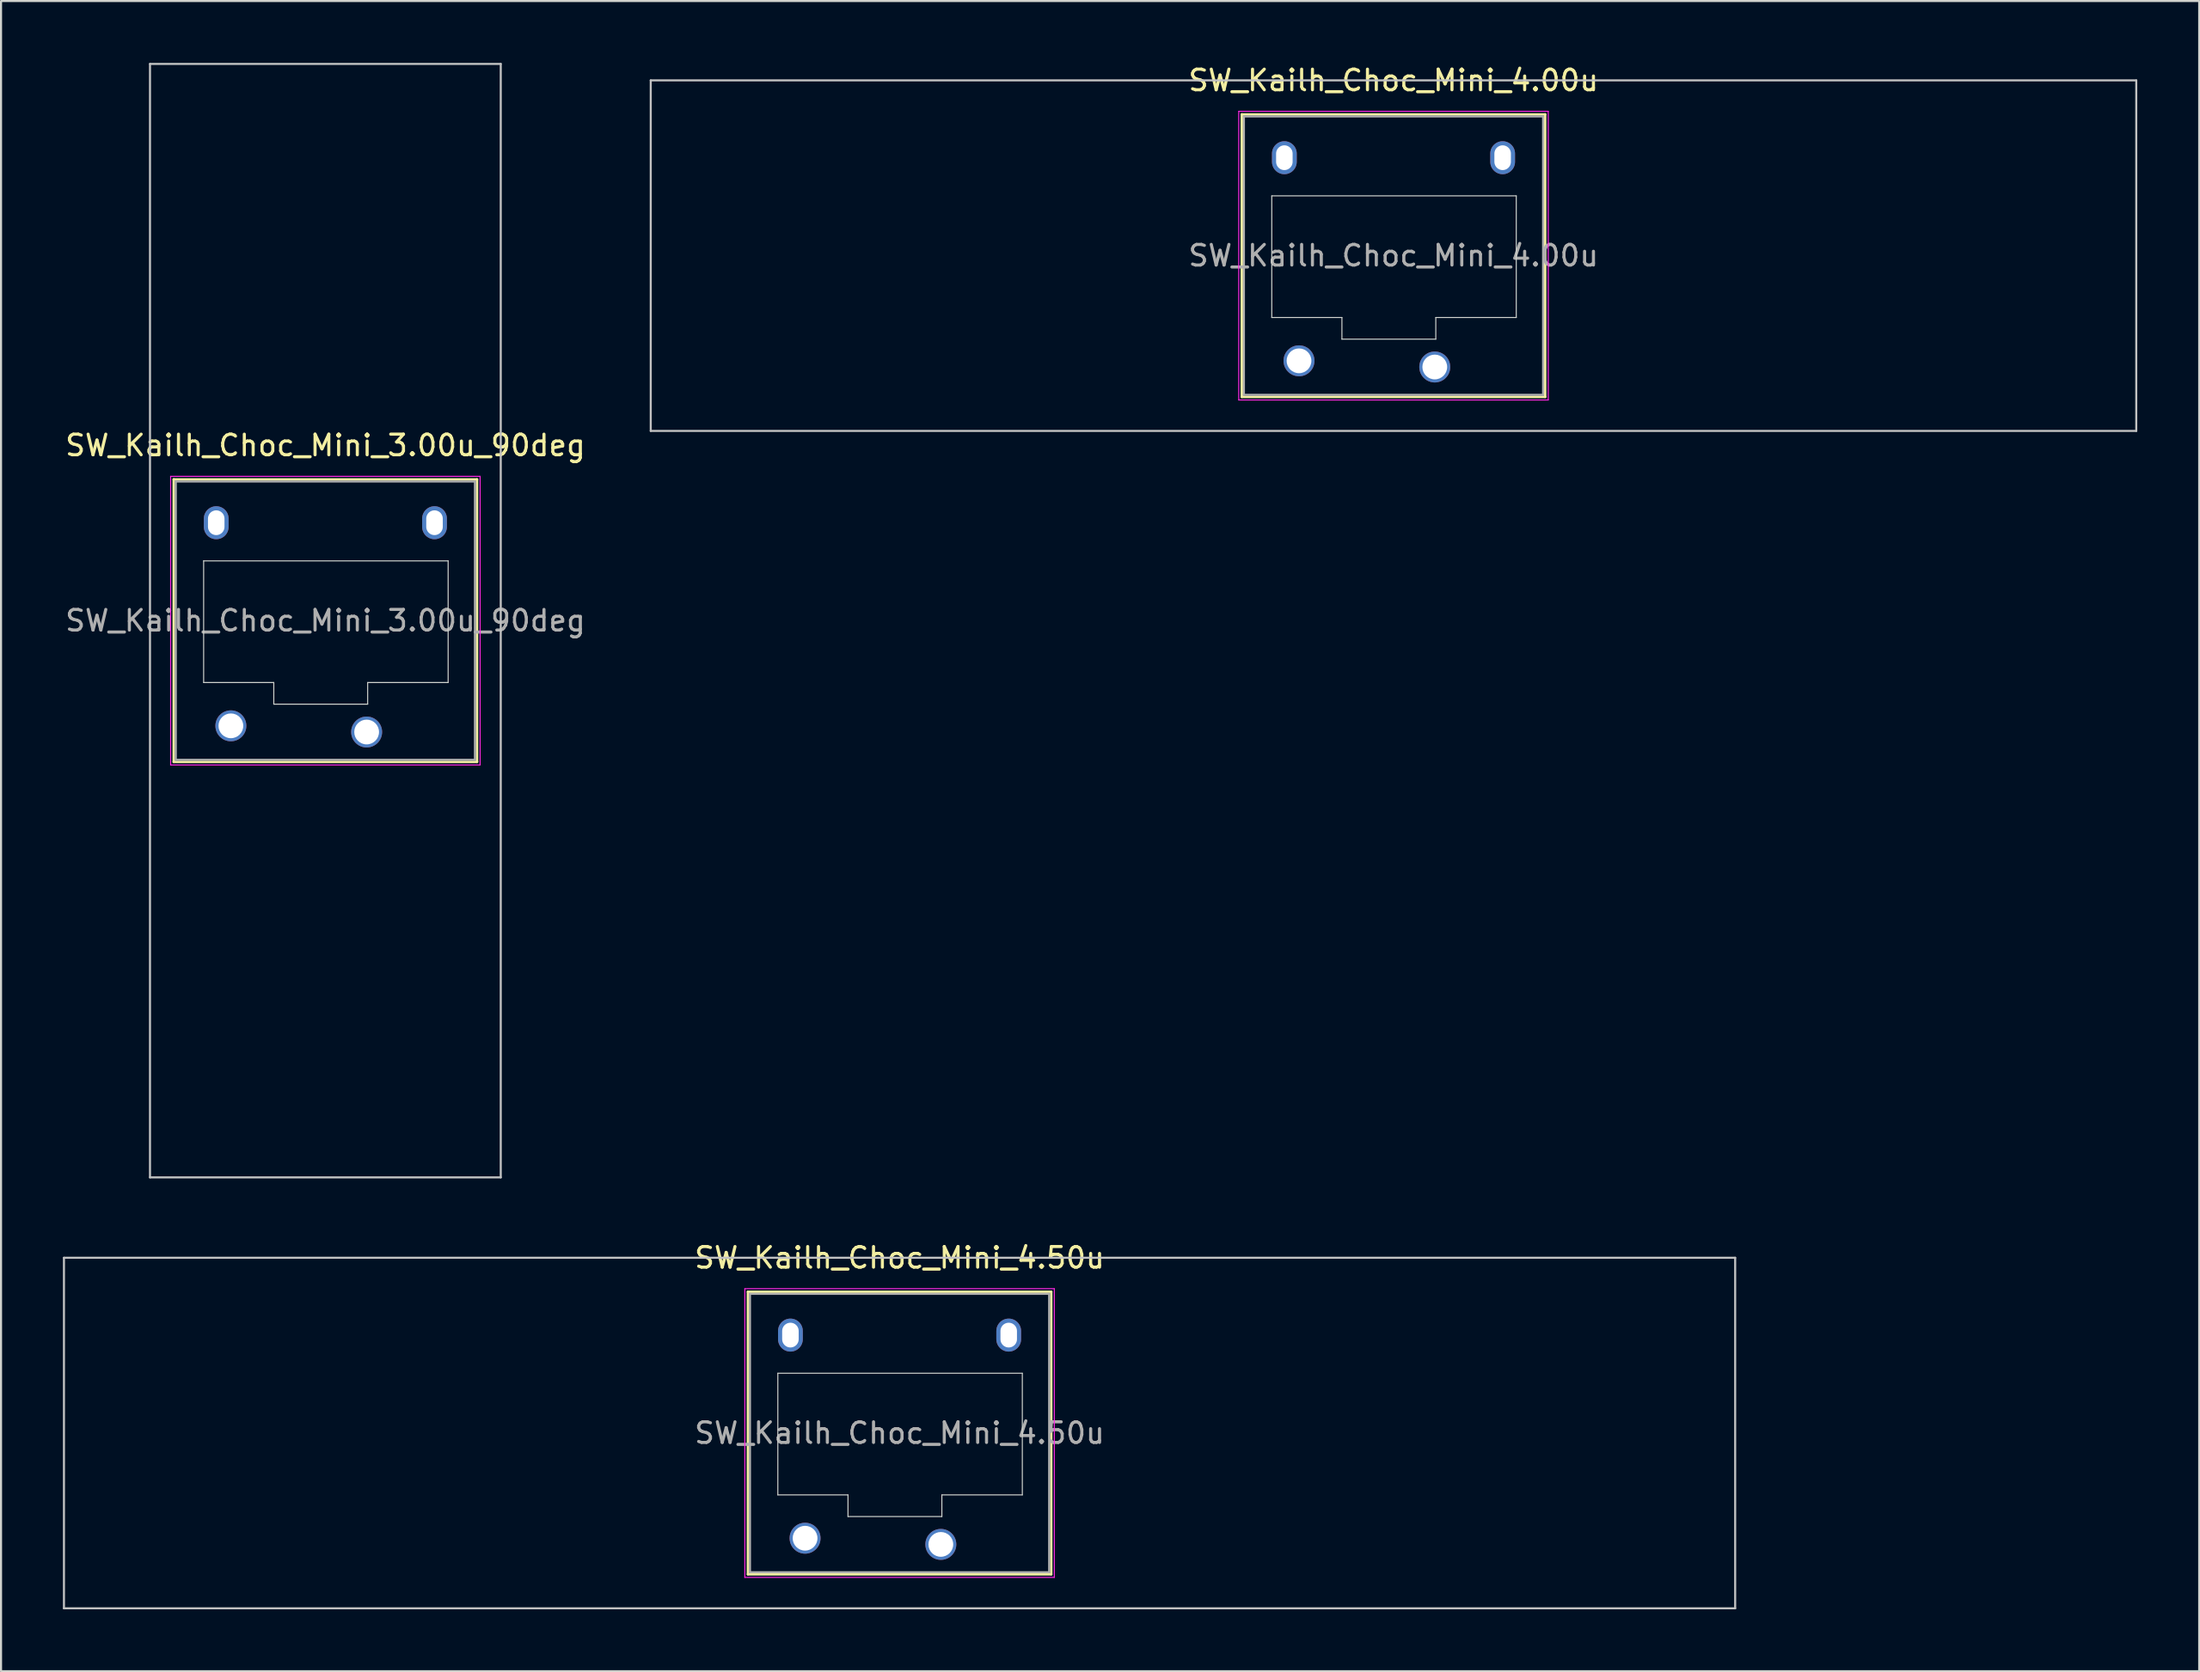
<source format=kicad_pcb>
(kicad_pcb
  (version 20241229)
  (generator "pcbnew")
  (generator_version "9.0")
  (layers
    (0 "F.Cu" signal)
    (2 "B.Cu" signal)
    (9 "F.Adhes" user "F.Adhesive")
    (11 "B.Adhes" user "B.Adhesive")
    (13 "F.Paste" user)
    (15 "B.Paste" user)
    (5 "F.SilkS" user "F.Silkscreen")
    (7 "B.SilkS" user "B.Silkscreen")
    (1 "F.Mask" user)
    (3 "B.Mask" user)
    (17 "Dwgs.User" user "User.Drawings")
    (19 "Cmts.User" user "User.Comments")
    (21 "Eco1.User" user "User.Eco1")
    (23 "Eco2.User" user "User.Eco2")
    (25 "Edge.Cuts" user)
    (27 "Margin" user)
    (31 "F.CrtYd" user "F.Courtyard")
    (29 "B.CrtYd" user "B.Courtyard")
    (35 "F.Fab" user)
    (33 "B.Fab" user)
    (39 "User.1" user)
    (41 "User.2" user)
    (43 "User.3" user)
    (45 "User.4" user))
  (footprint "SW_Kailh_Choc_Mini_3.00u_90deg"
    (layer "F.Cu")
    (at 12.72 27.05)
    (property "Reference" "SW_Kailh_Choc_Mini_3.00u_90deg" (at 0 -8.5 0) (layer "F.SilkS") (effects (font (size 1 1) (thickness 0.15))))
    (attr through_hole)
    (fp_line (start -7.35 -6.85) (end -7.35 6.85) (stroke (width 0.12) (type solid)) (layer "F.SilkS"))
    (fp_line (start -7.35 6.85) (end 7.35 6.85) (stroke (width 0.12) (type solid)) (layer "F.SilkS"))
    (fp_line (start 7.35 -6.85) (end -7.35 -6.85) (stroke (width 0.12) (type solid)) (layer "F.SilkS"))
    (fp_line (start 7.35 6.85) (end 7.35 -6.85) (stroke (width 0.12) (type solid)) (layer "F.SilkS"))
    (fp_line (start -8.5 -27) (end 8.5 -27) (stroke (width 0.1) (type solid)) (layer "Dwgs.User"))
    (fp_line (start -8.5 27) (end -8.5 -27) (stroke (width 0.1) (type solid)) (layer "Dwgs.User"))
    (fp_line (start 8.5 -27) (end 8.5 27) (stroke (width 0.1) (type solid)) (layer "Dwgs.User"))
    (fp_line (start 8.5 27) (end -8.5 27) (stroke (width 0.1) (type solid)) (layer "Dwgs.User"))
    (fp_line (start -6.85 -6.35) (end -6.85 6.35) (stroke (width 0.1) (type solid)) (layer "Eco1.User"))
    (fp_line (start -6.85 6.35) (end 6.85 6.35) (stroke (width 0.1) (type solid)) (layer "Eco1.User"))
    (fp_line (start 6.85 -6.35) (end -6.85 -6.35) (stroke (width 0.1) (type solid)) (layer "Eco1.User"))
    (fp_line (start 6.85 6.35) (end 6.85 -6.35) (stroke (width 0.1) (type solid)) (layer "Eco1.User"))
    (fp_line (start -5.9 -2.9) (end -5.9 3) (stroke (width 0.05) (type solid)) (layer "Edge.Cuts"))
    (fp_line (start -5.9 3) (end -2.5 3) (stroke (width 0.05) (type solid)) (layer "Edge.Cuts"))
    (fp_line (start -2.5 3) (end -2.5 4.05) (stroke (width 0.05) (type solid)) (layer "Edge.Cuts"))
    (fp_line (start -2.5 4.05) (end 2.05 4.05) (stroke (width 0.05) (type solid)) (layer "Edge.Cuts"))
    (fp_line (start 2.05 3) (end 5.95 3) (stroke (width 0.05) (type solid)) (layer "Edge.Cuts"))
    (fp_line (start 2.05 4.05) (end 2.05 3) (stroke (width 0.05) (type solid)) (layer "Edge.Cuts"))
    (fp_line (start 5.95 -2.9) (end -5.9 -2.9) (stroke (width 0.05) (type solid)) (layer "Edge.Cuts"))
    (fp_line (start 5.95 3) (end 5.95 -2.9) (stroke (width 0.05) (type solid)) (layer "Edge.Cuts"))
    (fp_line (start -7.5 -7) (end -7.5 7) (stroke (width 0.05) (type solid)) (layer "F.CrtYd"))
    (fp_line (start -7.5 7) (end 7.5 7) (stroke (width 0.05) (type solid)) (layer "F.CrtYd"))
    (fp_line (start 7.5 -7) (end -7.5 -7) (stroke (width 0.05) (type solid)) (layer "F.CrtYd"))
    (fp_line (start 7.5 7) (end 7.5 -7) (stroke (width 0.05) (type solid)) (layer "F.CrtYd"))
    (fp_line (start -7.25 -6.75) (end -7.25 6.75) (stroke (width 0.1) (type solid)) (layer "F.Fab"))
    (fp_line (start -7.25 6.75) (end 7.25 6.75) (stroke (width 0.1) (type solid)) (layer "F.Fab"))
    (fp_line (start 7.25 -6.75) (end -7.25 -6.75) (stroke (width 0.1) (type solid)) (layer "F.Fab"))
    (fp_line (start 7.25 6.75) (end 7.25 -6.75) (stroke (width 0.1) (type solid)) (layer "F.Fab"))
    (fp_text user "${REFERENCE}" (at 0 0 0) (layer "F.Fab") (effects (font (size 1 1) (thickness 0.15))))
    (pad "" np_thru_hole oval (at -5.29 -4.75) (size 1.2 1.6) (drill oval 0.8 1.2) (layers "*.Cu" "*.Mask"))
    (pad "" smd circle (at -4.58 5.1) (size 1.25 1.25) (layers "F.Mask"))
    (pad "" smd circle (at 2 5.4) (size 1.25 1.25) (layers "F.Mask"))
    (pad "" np_thru_hole oval (at 5.29 -4.75) (size 1.2 1.6) (drill oval 0.8 1.2) (layers "*.Cu" "*.Mask"))
    (pad "1" thru_hole circle (at 2 5.4) (size 1.5 1.5) (drill 1.2) (layers "*.Cu" "B.Mask"))
    (pad "2" thru_hole circle (at -4.58 5.1) (size 1.5 1.5) (drill 1.2) (layers "*.Cu" "B.Mask")))
  (footprint "SW_Kailh_Choc_Mini_4.50u"
    (layer "F.Cu")
    (at 40.55 66.448)
    (property "Reference" "SW_Kailh_Choc_Mini_4.50u" (at 0 -8.5 0) (layer "F.SilkS") (effects (font (size 1 1) (thickness 0.15))))
    (attr through_hole)
    (fp_line (start -7.35 -6.85) (end -7.35 6.85) (stroke (width 0.12) (type solid)) (layer "F.SilkS"))
    (fp_line (start -7.35 6.85) (end 7.35 6.85) (stroke (width 0.12) (type solid)) (layer "F.SilkS"))
    (fp_line (start 7.35 -6.85) (end -7.35 -6.85) (stroke (width 0.12) (type solid)) (layer "F.SilkS"))
    (fp_line (start 7.35 6.85) (end 7.35 -6.85) (stroke (width 0.12) (type solid)) (layer "F.SilkS"))
    (fp_line (start -40.5 -8.5) (end -40.5 8.5) (stroke (width 0.1) (type solid)) (layer "Dwgs.User"))
    (fp_line (start -40.5 8.5) (end 40.5 8.5) (stroke (width 0.1) (type solid)) (layer "Dwgs.User"))
    (fp_line (start 40.5 -8.5) (end -40.5 -8.5) (stroke (width 0.1) (type solid)) (layer "Dwgs.User"))
    (fp_line (start 40.5 8.5) (end 40.5 -8.5) (stroke (width 0.1) (type solid)) (layer "Dwgs.User"))
    (fp_line (start -6.85 -6.35) (end -6.85 6.35) (stroke (width 0.1) (type solid)) (layer "Eco1.User"))
    (fp_line (start -6.85 6.35) (end 6.85 6.35) (stroke (width 0.1) (type solid)) (layer "Eco1.User"))
    (fp_line (start 6.85 -6.35) (end -6.85 -6.35) (stroke (width 0.1) (type solid)) (layer "Eco1.User"))
    (fp_line (start 6.85 6.35) (end 6.85 -6.35) (stroke (width 0.1) (type solid)) (layer "Eco1.User"))
    (fp_line (start -5.9 -2.9) (end -5.9 3) (stroke (width 0.05) (type solid)) (layer "Edge.Cuts"))
    (fp_line (start -5.9 3) (end -2.5 3) (stroke (width 0.05) (type solid)) (layer "Edge.Cuts"))
    (fp_line (start -2.5 3) (end -2.5 4.05) (stroke (width 0.05) (type solid)) (layer "Edge.Cuts"))
    (fp_line (start -2.5 4.05) (end 2.05 4.05) (stroke (width 0.05) (type solid)) (layer "Edge.Cuts"))
    (fp_line (start 2.05 3) (end 5.95 3) (stroke (width 0.05) (type solid)) (layer "Edge.Cuts"))
    (fp_line (start 2.05 4.05) (end 2.05 3) (stroke (width 0.05) (type solid)) (layer "Edge.Cuts"))
    (fp_line (start 5.95 -2.9) (end -5.9 -2.9) (stroke (width 0.05) (type solid)) (layer "Edge.Cuts"))
    (fp_line (start 5.95 3) (end 5.95 -2.9) (stroke (width 0.05) (type solid)) (layer "Edge.Cuts"))
    (fp_line (start -7.5 -7) (end -7.5 7) (stroke (width 0.05) (type solid)) (layer "F.CrtYd"))
    (fp_line (start -7.5 7) (end 7.5 7) (stroke (width 0.05) (type solid)) (layer "F.CrtYd"))
    (fp_line (start 7.5 -7) (end -7.5 -7) (stroke (width 0.05) (type solid)) (layer "F.CrtYd"))
    (fp_line (start 7.5 7) (end 7.5 -7) (stroke (width 0.05) (type solid)) (layer "F.CrtYd"))
    (fp_line (start -7.25 -6.75) (end -7.25 6.75) (stroke (width 0.1) (type solid)) (layer "F.Fab"))
    (fp_line (start -7.25 6.75) (end 7.25 6.75) (stroke (width 0.1) (type solid)) (layer "F.Fab"))
    (fp_line (start 7.25 -6.75) (end -7.25 -6.75) (stroke (width 0.1) (type solid)) (layer "F.Fab"))
    (fp_line (start 7.25 6.75) (end 7.25 -6.75) (stroke (width 0.1) (type solid)) (layer "F.Fab"))
    (fp_text user "${REFERENCE}" (at 0 0 0) (layer "F.Fab") (effects (font (size 1 1) (thickness 0.15))))
    (pad "" np_thru_hole oval (at -5.29 -4.75) (size 1.2 1.6) (drill oval 0.8 1.2) (layers "*.Cu" "*.Mask"))
    (pad "" smd circle (at -4.58 5.1) (size 1.25 1.25) (layers "F.Mask"))
    (pad "" smd circle (at 2 5.4) (size 1.25 1.25) (layers "F.Mask"))
    (pad "" np_thru_hole oval (at 5.29 -4.75) (size 1.2 1.6) (drill oval 0.8 1.2) (layers "*.Cu" "*.Mask"))
    (pad "1" thru_hole circle (at 2 5.4) (size 1.5 1.5) (drill 1.2) (layers "*.Cu" "B.Mask"))
    (pad "2" thru_hole circle (at -4.58 5.1) (size 1.5 1.5) (drill 1.2) (layers "*.Cu" "B.Mask")))
  (footprint "SW_Kailh_Choc_Mini_4.00u"
    (layer "F.Cu")
    (at 64.49 9.348)
    (property "Reference" "SW_Kailh_Choc_Mini_4.00u" (at 0 -8.5 0) (layer "F.SilkS") (effects (font (size 1 1) (thickness 0.15))))
    (attr through_hole)
    (fp_line (start -7.35 -6.85) (end -7.35 6.85) (stroke (width 0.12) (type solid)) (layer "F.SilkS"))
    (fp_line (start -7.35 6.85) (end 7.35 6.85) (stroke (width 0.12) (type solid)) (layer "F.SilkS"))
    (fp_line (start 7.35 -6.85) (end -7.35 -6.85) (stroke (width 0.12) (type solid)) (layer "F.SilkS"))
    (fp_line (start 7.35 6.85) (end 7.35 -6.85) (stroke (width 0.12) (type solid)) (layer "F.SilkS"))
    (fp_line (start -36 -8.5) (end -36 8.5) (stroke (width 0.1) (type solid)) (layer "Dwgs.User"))
    (fp_line (start -36 8.5) (end 36 8.5) (stroke (width 0.1) (type solid)) (layer "Dwgs.User"))
    (fp_line (start 36 -8.5) (end -36 -8.5) (stroke (width 0.1) (type solid)) (layer "Dwgs.User"))
    (fp_line (start 36 8.5) (end 36 -8.5) (stroke (width 0.1) (type solid)) (layer "Dwgs.User"))
    (fp_line (start -6.85 -6.35) (end -6.85 6.35) (stroke (width 0.1) (type solid)) (layer "Eco1.User"))
    (fp_line (start -6.85 6.35) (end 6.85 6.35) (stroke (width 0.1) (type solid)) (layer "Eco1.User"))
    (fp_line (start 6.85 -6.35) (end -6.85 -6.35) (stroke (width 0.1) (type solid)) (layer "Eco1.User"))
    (fp_line (start 6.85 6.35) (end 6.85 -6.35) (stroke (width 0.1) (type solid)) (layer "Eco1.User"))
    (fp_line (start -5.9 -2.9) (end -5.9 3) (stroke (width 0.05) (type solid)) (layer "Edge.Cuts"))
    (fp_line (start -5.9 3) (end -2.5 3) (stroke (width 0.05) (type solid)) (layer "Edge.Cuts"))
    (fp_line (start -2.5 3) (end -2.5 4.05) (stroke (width 0.05) (type solid)) (layer "Edge.Cuts"))
    (fp_line (start -2.5 4.05) (end 2.05 4.05) (stroke (width 0.05) (type solid)) (layer "Edge.Cuts"))
    (fp_line (start 2.05 3) (end 5.95 3) (stroke (width 0.05) (type solid)) (layer "Edge.Cuts"))
    (fp_line (start 2.05 4.05) (end 2.05 3) (stroke (width 0.05) (type solid)) (layer "Edge.Cuts"))
    (fp_line (start 5.95 -2.9) (end -5.9 -2.9) (stroke (width 0.05) (type solid)) (layer "Edge.Cuts"))
    (fp_line (start 5.95 3) (end 5.95 -2.9) (stroke (width 0.05) (type solid)) (layer "Edge.Cuts"))
    (fp_line (start -7.5 -7) (end -7.5 7) (stroke (width 0.05) (type solid)) (layer "F.CrtYd"))
    (fp_line (start -7.5 7) (end 7.5 7) (stroke (width 0.05) (type solid)) (layer "F.CrtYd"))
    (fp_line (start 7.5 -7) (end -7.5 -7) (stroke (width 0.05) (type solid)) (layer "F.CrtYd"))
    (fp_line (start 7.5 7) (end 7.5 -7) (stroke (width 0.05) (type solid)) (layer "F.CrtYd"))
    (fp_line (start -7.25 -6.75) (end -7.25 6.75) (stroke (width 0.1) (type solid)) (layer "F.Fab"))
    (fp_line (start -7.25 6.75) (end 7.25 6.75) (stroke (width 0.1) (type solid)) (layer "F.Fab"))
    (fp_line (start 7.25 -6.75) (end -7.25 -6.75) (stroke (width 0.1) (type solid)) (layer "F.Fab"))
    (fp_line (start 7.25 6.75) (end 7.25 -6.75) (stroke (width 0.1) (type solid)) (layer "F.Fab"))
    (fp_text user "${REFERENCE}" (at 0 0 0) (layer "F.Fab") (effects (font (size 1 1) (thickness 0.15))))
    (pad "" np_thru_hole oval (at -5.29 -4.75) (size 1.2 1.6) (drill oval 0.8 1.2) (layers "*.Cu" "*.Mask"))
    (pad "" smd circle (at -4.58 5.1) (size 1.25 1.25) (layers "F.Mask"))
    (pad "" smd circle (at 2 5.4) (size 1.25 1.25) (layers "F.Mask"))
    (pad "" np_thru_hole oval (at 5.29 -4.75) (size 1.2 1.6) (drill oval 0.8 1.2) (layers "*.Cu" "*.Mask"))
    (pad "1" thru_hole circle (at 2 5.4) (size 1.5 1.5) (drill 1.2) (layers "*.Cu" "B.Mask"))
    (pad "2" thru_hole circle (at -4.58 5.1) (size 1.5 1.5) (drill 1.2) (layers "*.Cu" "B.Mask")))
  (gr_rect
    (start -3 -3)
    (end 103.54 77.998)
    (stroke (width 0.1) (type default))
    (fill no)
    (layer "Edge.Cuts")))
</source>
